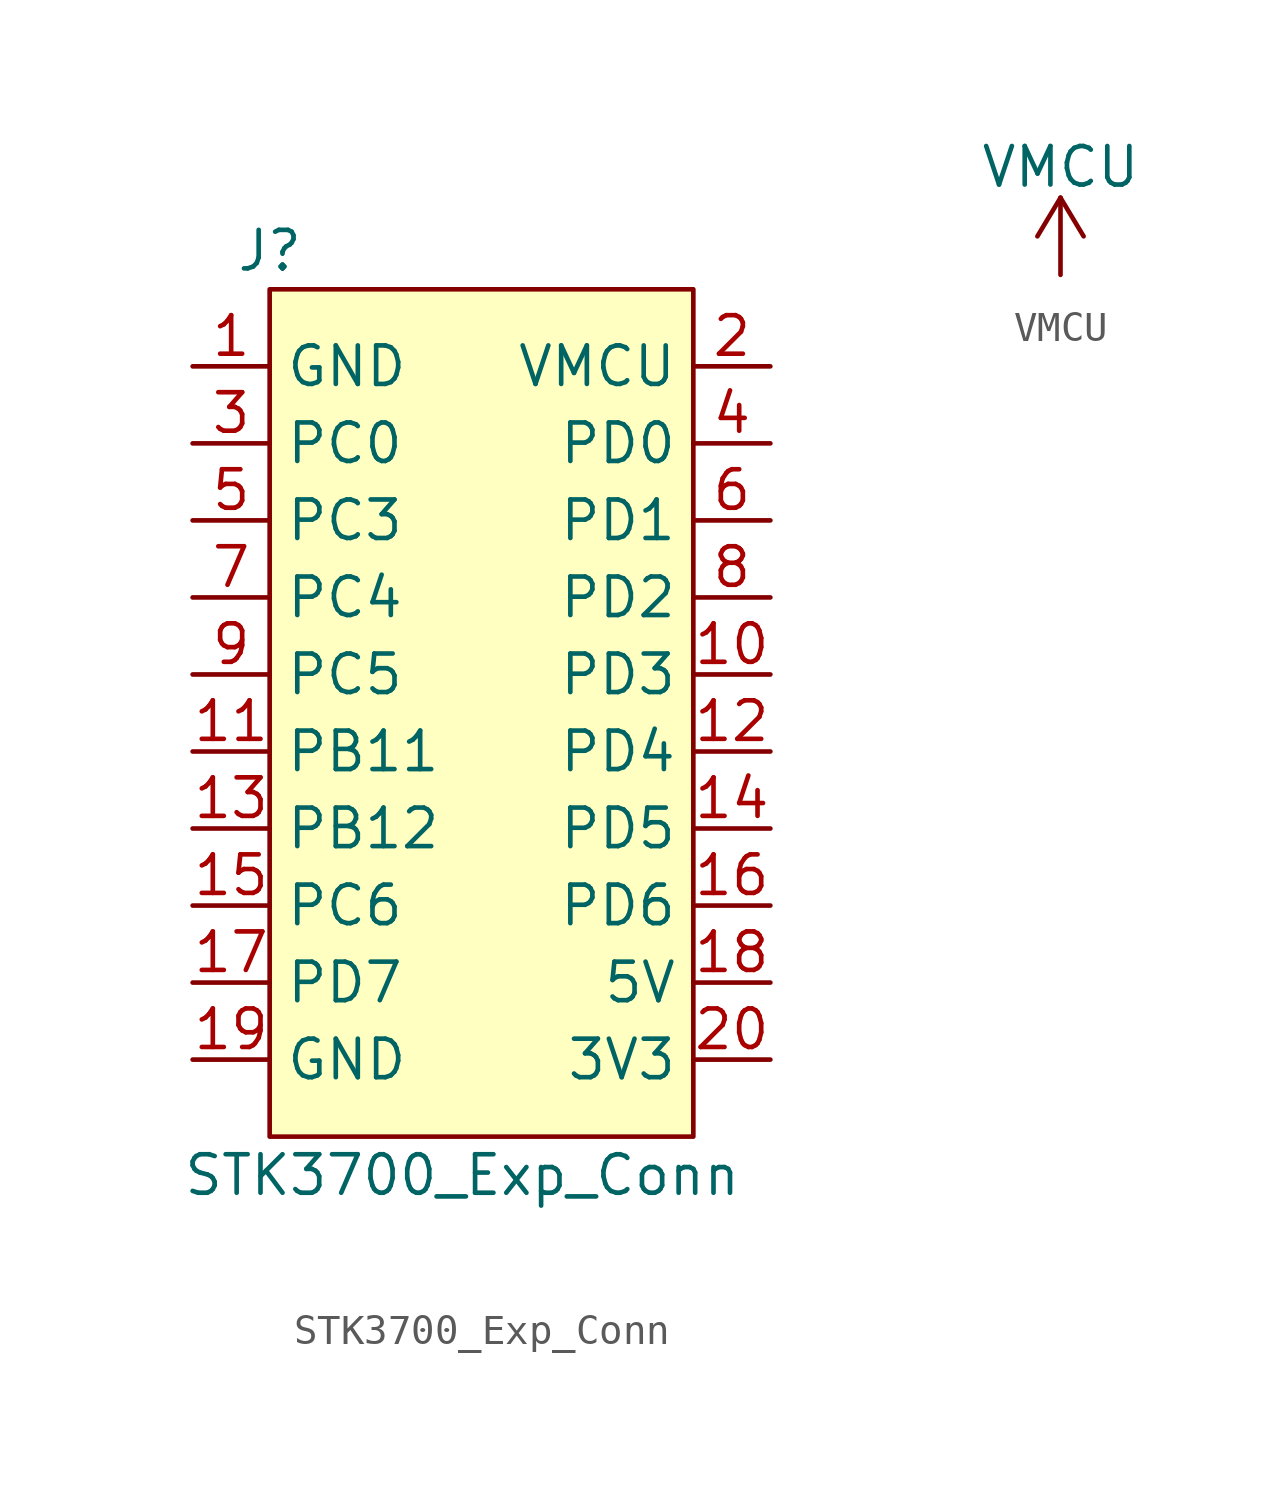
<source format=kicad_sym>
(kicad_symbol_lib
  (version 20211014)
  (generator kicad_symbol_editor)
  (symbol "STK3700_Exp_Conn"
    (property "Reference" "J"
      (at -6.35 13.97 0)
      (effects (font (size 1.27 1.27))))
    (property "Value" "STK3700_Exp_Conn"
      (at 0 -16.51 0)
      (effects (font (size 1.27 1.27))))
    (symbol "STK3700_Exp_Conn_0_1"
      (rectangle (start -6.35 12.7) (end 7.62 -15.24) (stroke (width 0) (type default) (color 0 0 0 0)) (fill (type background))))
    (symbol "STK3700_Exp_Conn_1_1"
      (pin passive line (at -8.89 10.16 0) (length 2.54) (name "GND" (effects (font (size 1.27 1.27)))) (number "1" (effects (font (size 1.27 1.27)))))
      (pin passive line (at 10.16 0 180) (length 2.54) (name "PD3" (effects (font (size 1.27 1.27)))) (number "10" (effects (font (size 1.27 1.27)))))
      (pin passive line (at -8.89 -2.54 0) (length 2.54) (name "PB11" (effects (font (size 1.27 1.27)))) (number "11" (effects (font (size 1.27 1.27)))))
      (pin passive line (at 10.16 -2.54 180) (length 2.54) (name "PD4" (effects (font (size 1.27 1.27)))) (number "12" (effects (font (size 1.27 1.27)))))
      (pin passive line (at -8.89 -5.08 0) (length 2.54) (name "PB12" (effects (font (size 1.27 1.27)))) (number "13" (effects (font (size 1.27 1.27)))))
      (pin passive line (at 10.16 -5.08 180) (length 2.54) (name "PD5" (effects (font (size 1.27 1.27)))) (number "14" (effects (font (size 1.27 1.27)))))
      (pin passive line (at -8.89 -7.62 0) (length 2.54) (name "PC6" (effects (font (size 1.27 1.27)))) (number "15" (effects (font (size 1.27 1.27)))))
      (pin passive line (at 10.16 -7.62 180) (length 2.54) (name "PD6" (effects (font (size 1.27 1.27)))) (number "16" (effects (font (size 1.27 1.27)))))
      (pin passive line (at -8.89 -10.16 0) (length 2.54) (name "PD7" (effects (font (size 1.27 1.27)))) (number "17" (effects (font (size 1.27 1.27)))))
      (pin passive line (at 10.16 -10.16 180) (length 2.54) (name "5V" (effects (font (size 1.27 1.27)))) (number "18" (effects (font (size 1.27 1.27)))))
      (pin passive line (at -8.89 -12.7 0) (length 2.54) (name "GND" (effects (font (size 1.27 1.27)))) (number "19" (effects (font (size 1.27 1.27)))))
      (pin passive line (at 10.16 10.16 180) (length 2.54) (name "VMCU" (effects (font (size 1.27 1.27)))) (number "2" (effects (font (size 1.27 1.27)))))
      (pin passive line (at 10.16 -12.7 180) (length 2.54) (name "3V3" (effects (font (size 1.27 1.27)))) (number "20" (effects (font (size 1.27 1.27)))))
      (pin passive line (at -8.89 7.62 0) (length 2.54) (name "PC0" (effects (font (size 1.27 1.27)))) (number "3" (effects (font (size 1.27 1.27)))))
      (pin passive line (at 10.16 7.62 180) (length 2.54) (name "PD0" (effects (font (size 1.27 1.27)))) (number "4" (effects (font (size 1.27 1.27)))))
      (pin passive line (at -8.89 5.08 0) (length 2.54) (name "PC3" (effects (font (size 1.27 1.27)))) (number "5" (effects (font (size 1.27 1.27)))))
      (pin passive line (at 10.16 5.08 180) (length 2.54) (name "PD1" (effects (font (size 1.27 1.27)))) (number "6" (effects (font (size 1.27 1.27)))))
      (pin passive line (at -8.89 2.54 0) (length 2.54) (name "PC4" (effects (font (size 1.27 1.27)))) (number "7" (effects (font (size 1.27 1.27)))))
      (pin passive line (at 10.16 2.54 180) (length 2.54) (name "PD2" (effects (font (size 1.27 1.27)))) (number "8" (effects (font (size 1.27 1.27)))))
      (pin passive line (at -8.89 0 0) (length 2.54) (name "PC5" (effects (font (size 1.27 1.27)))) (number "9" (effects (font (size 1.27 1.27)))))))
  (symbol "VMCU"
    (power)
    (pin_names
      (offset 0))
    (property "Reference" "#PWR"
      (at 0 -3.81 0)
      (effects (font (size 1.27 1.27)) hide))
    (property "Value" "VMCU"
      (at 0 3.556 0)
      (effects (font (size 1.27 1.27))))
    (symbol "VMCU_0_1"
      (polyline (pts (xy -0.762 1.27) (xy 0 2.54)) (stroke (width 0) (type default) (color 0 0 0 0)) (fill (type none)))
      (polyline (pts (xy 0 0) (xy 0 2.54)) (stroke (width 0) (type default) (color 0 0 0 0)) (fill (type none)))
      (polyline (pts (xy 0 2.54) (xy 0.762 1.27)) (stroke (width 0) (type default) (color 0 0 0 0)) (fill (type none))))
    (symbol "VMCU_1_1"
      (pin power_in line (at 0 0 90) (length 0) hide (name "VMCU" (effects (font (size 1.27 1.27)))) (number "1" (effects (font (size 1.27 1.27))))))))
</source>
